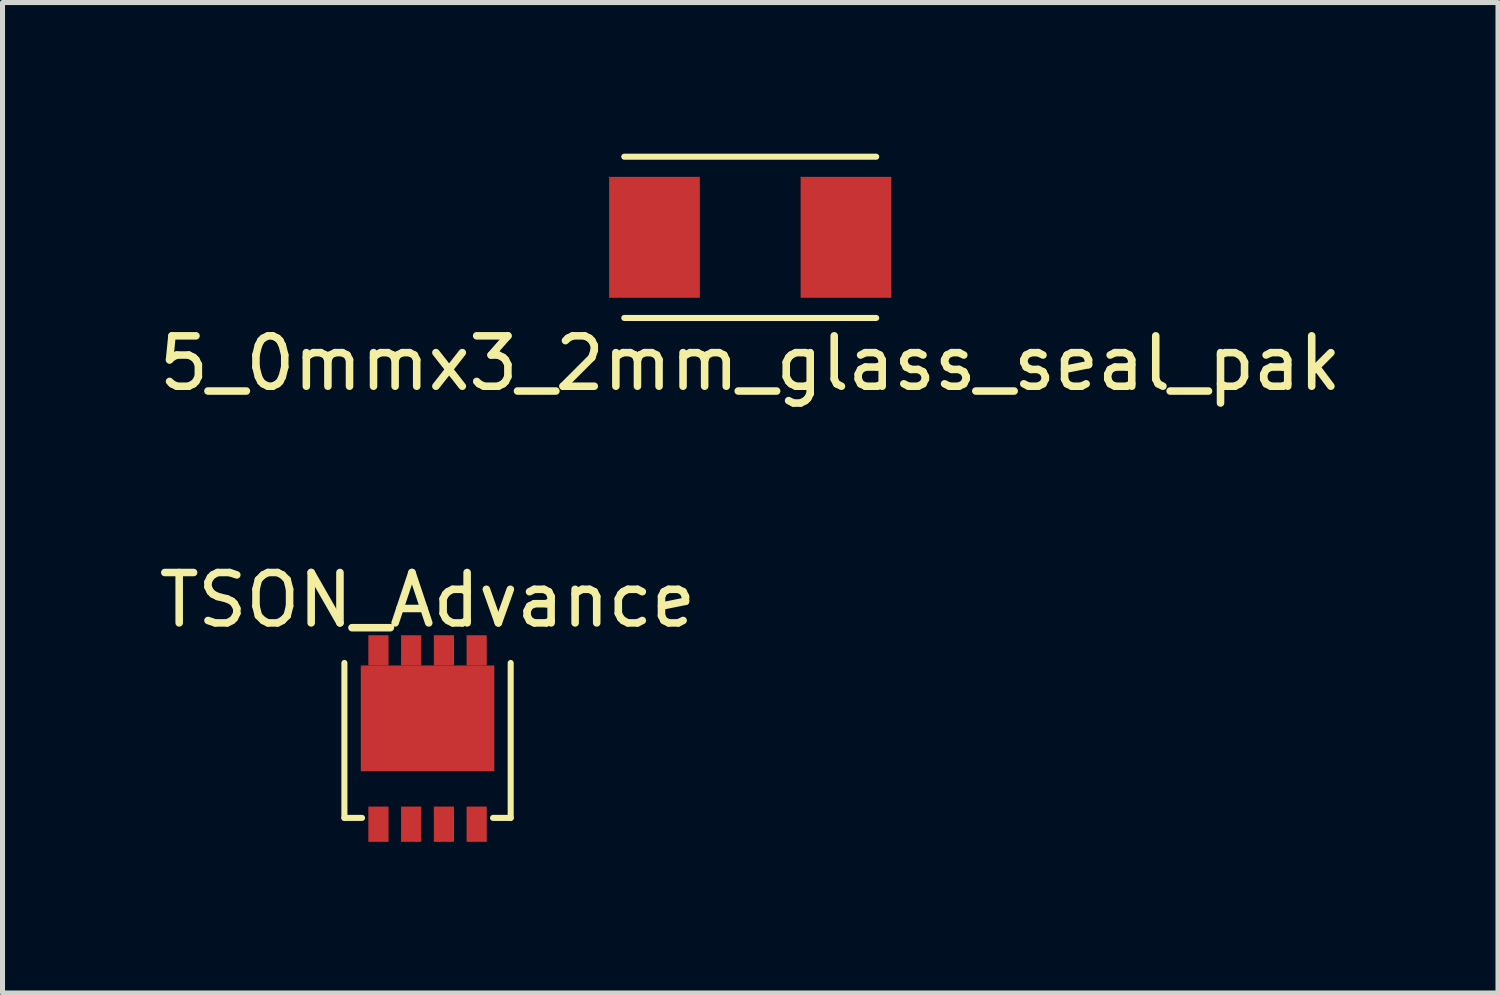
<source format=kicad_pcb>
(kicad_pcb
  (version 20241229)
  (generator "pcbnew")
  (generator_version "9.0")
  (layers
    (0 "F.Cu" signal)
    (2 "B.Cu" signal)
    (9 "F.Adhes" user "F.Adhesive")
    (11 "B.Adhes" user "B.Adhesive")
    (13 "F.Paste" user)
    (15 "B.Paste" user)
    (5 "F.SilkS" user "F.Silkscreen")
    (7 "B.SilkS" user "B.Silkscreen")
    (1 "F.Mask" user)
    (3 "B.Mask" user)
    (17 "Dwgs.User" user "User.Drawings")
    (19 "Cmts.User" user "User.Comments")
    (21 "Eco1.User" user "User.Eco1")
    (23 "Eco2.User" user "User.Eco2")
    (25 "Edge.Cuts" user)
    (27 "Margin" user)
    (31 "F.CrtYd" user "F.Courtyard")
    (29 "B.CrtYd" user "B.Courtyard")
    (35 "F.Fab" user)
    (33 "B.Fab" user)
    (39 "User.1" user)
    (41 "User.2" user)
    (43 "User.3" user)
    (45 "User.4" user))
  (footprint "5_0mmx3_2mm_glass_seal_pak"
    (layer "F.Cu")
    (at 11.839 1.66)
    (property "Reference" "5_0mmx3_2mm_glass_seal_pak" (at 0 2.5 0) (layer "F.SilkS") (effects (font (size 1 1) (thickness 0.15))))
    (attr through_hole)
    (fp_line (start -2.5 -1.6) (end 2.5 -1.6) (stroke (width 0.12) (type solid)) (layer "F.SilkS"))
    (fp_line (start 2.5 1.6) (end -2.5 1.6) (stroke (width 0.12) (type solid)) (layer "F.SilkS"))
    (pad "1" smd rect (at -1.9 0) (size 1.8 2.4) (layers "F.Cu" "F.Mask" "F.Paste"))
    (pad "2" smd rect (at 1.9 0) (size 1.8 2.4) (layers "F.Cu" "F.Mask" "F.Paste")))
  (footprint "TSON_Advance"
    (layer "F.Cu")
    (at 5.435 12.357)
    (property "Reference" "TSON_Advance" (at 0 -3.5 0) (layer "F.SilkS") (effects (font (size 1 1) (thickness 0.15))))
    (attr through_hole)
    (fp_line (start -1.65 0.825) (end -1.65 -2.25) (stroke (width 0.12) (type solid)) (layer "F.SilkS"))
    (fp_line (start -1.65 0.825) (end -1.3 0.825) (stroke (width 0.12) (type solid)) (layer "F.SilkS"))
    (fp_line (start 1.65 0.825) (end 1.3 0.825) (stroke (width 0.12) (type solid)) (layer "F.SilkS"))
    (fp_line (start 1.65 0.825) (end 1.65 -2.25) (stroke (width 0.12) (type solid)) (layer "F.SilkS"))
    (pad "1" smd rect (at -0.975 0.95) (size 0.4 0.7) (layers "F.Cu" "F.Mask" "F.Paste"))
    (pad "1" smd rect (at -0.325 0.95) (size 0.4 0.7) (layers "F.Cu" "F.Mask" "F.Paste"))
    (pad "1" smd rect (at 0.325 0.95) (size 0.4 0.7) (layers "F.Cu" "F.Mask" "F.Paste"))
    (pad "2" smd rect (at 0.975 0.95) (size 0.4 0.7) (layers "F.Cu" "F.Mask" "F.Paste"))
    (pad "3" smd rect (at -0.975 -2.5) (size 0.4 0.6) (layers "F.Cu" "F.Mask" "F.Paste"))
    (pad "3" smd rect (at -0.325 -2.5) (size 0.4 0.6) (layers "F.Cu" "F.Mask" "F.Paste"))
    (pad "3" smd rect (at 0 -1.15) (size 2.65 2.1) (layers "F.Cu" "F.Mask" "F.Paste"))
    (pad "3" smd rect (at 0.325 -2.5) (size 0.4 0.6) (layers "F.Cu" "F.Mask" "F.Paste"))
    (pad "3" smd rect (at 0.975 -2.5) (size 0.4 0.6) (layers "F.Cu" "F.Mask" "F.Paste")))
  (gr_rect
    (start -3 -3)
    (end 26.679 16.657)
    (stroke (width 0.1) (type default))
    (fill no)
    (layer "Edge.Cuts")))
</source>
